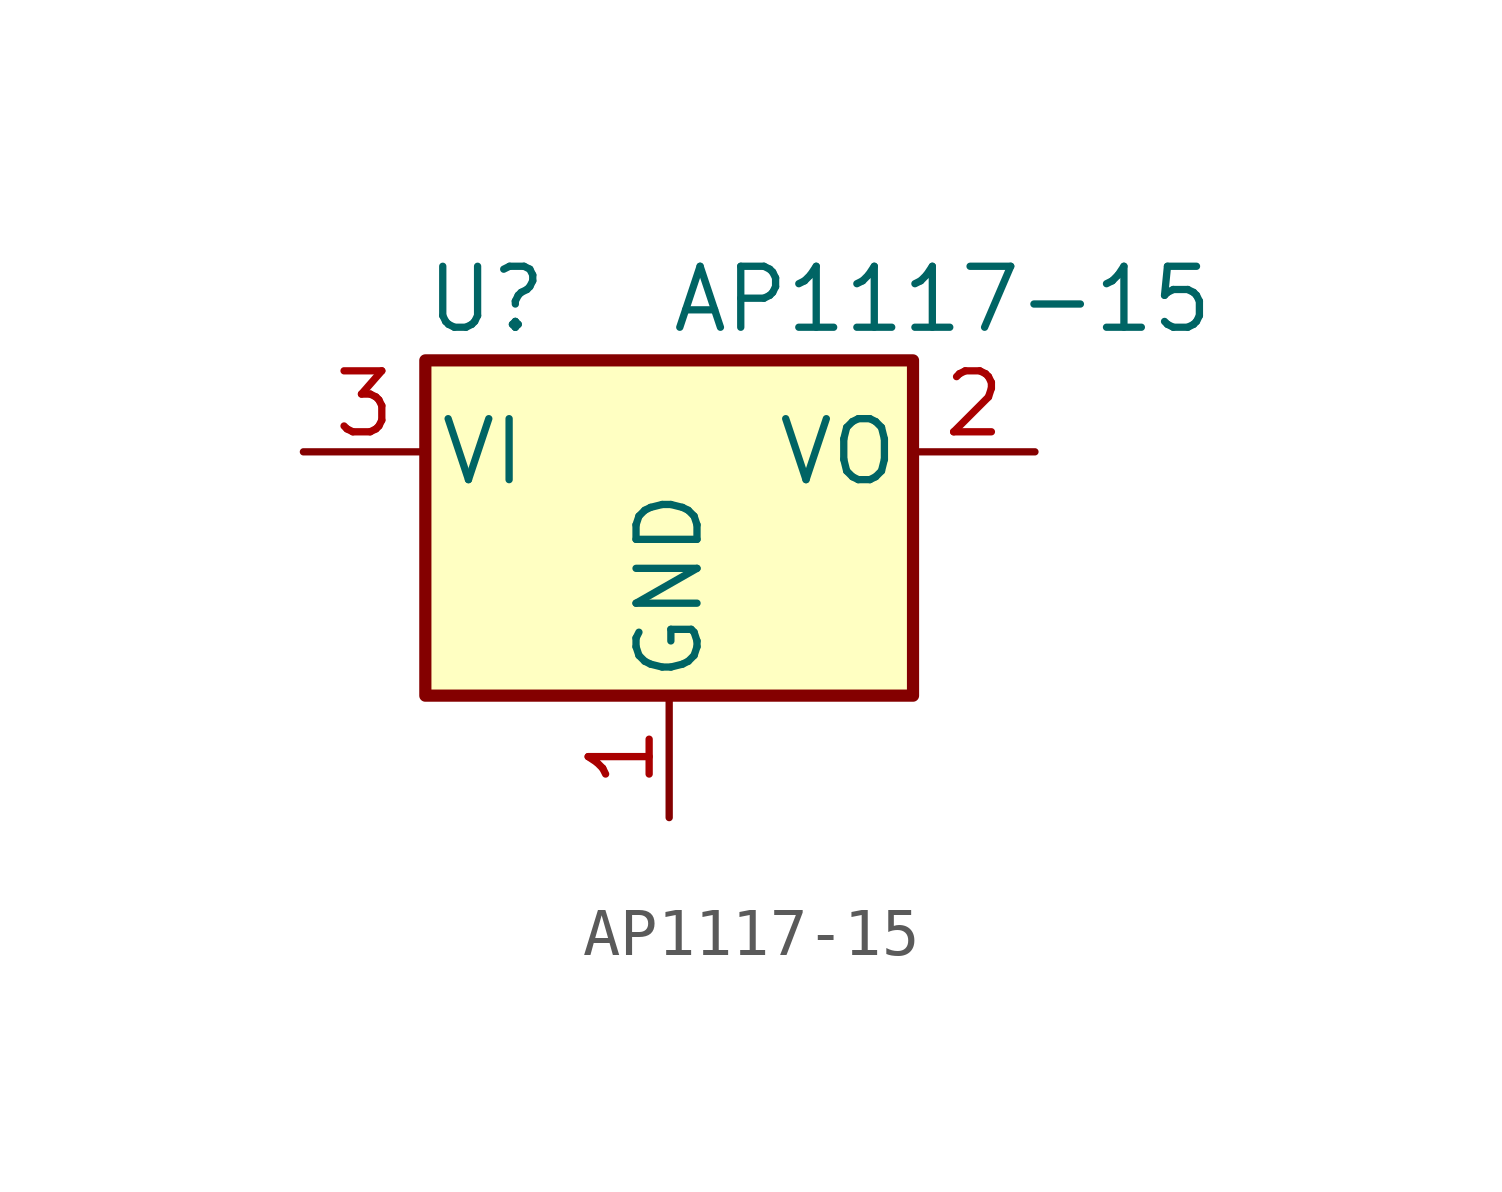
<source format=kicad_sym>
(kicad_symbol_lib
  (version 20241209)
  (generator "kicad_symbol_editor")
  (generator_version "9.0")
  (symbol "AP1117-15"
    (pin_names
      (offset 0.254))
    (property "Reference" "U"
      (at -3.81 3.175 0)
      (effects (font (size 1.27 1.27))))
    (property "Value" "AP1117-15"
      (at 0 3.175 0)
      (effects (font (size 1.27 1.27)) (justify left)))
    (symbol "AP1117-15_0_1"
      (rectangle (start -5.08 -5.08) (end 5.08 1.905) (stroke (width 0.254) (type solid)) (fill (type background))))
    (symbol "AP1117-15_1_1"
      (pin power_in line (at -7.62 0 0) (length 2.54) (name "VI" (effects (font (size 1.27 1.27)))) (number "3" (effects (font (size 1.27 1.27)))))
      (pin power_in line (at 0 -7.62 90) (length 2.54) (name "GND" (effects (font (size 1.27 1.27)))) (number "1" (effects (font (size 1.27 1.27)))))
      (pin passive line (at 7.62 0 180) (length 2.54) (name "VO" (effects (font (size 1.27 1.27)))) (number "2" (effects (font (size 1.27 1.27))))))))
</source>
